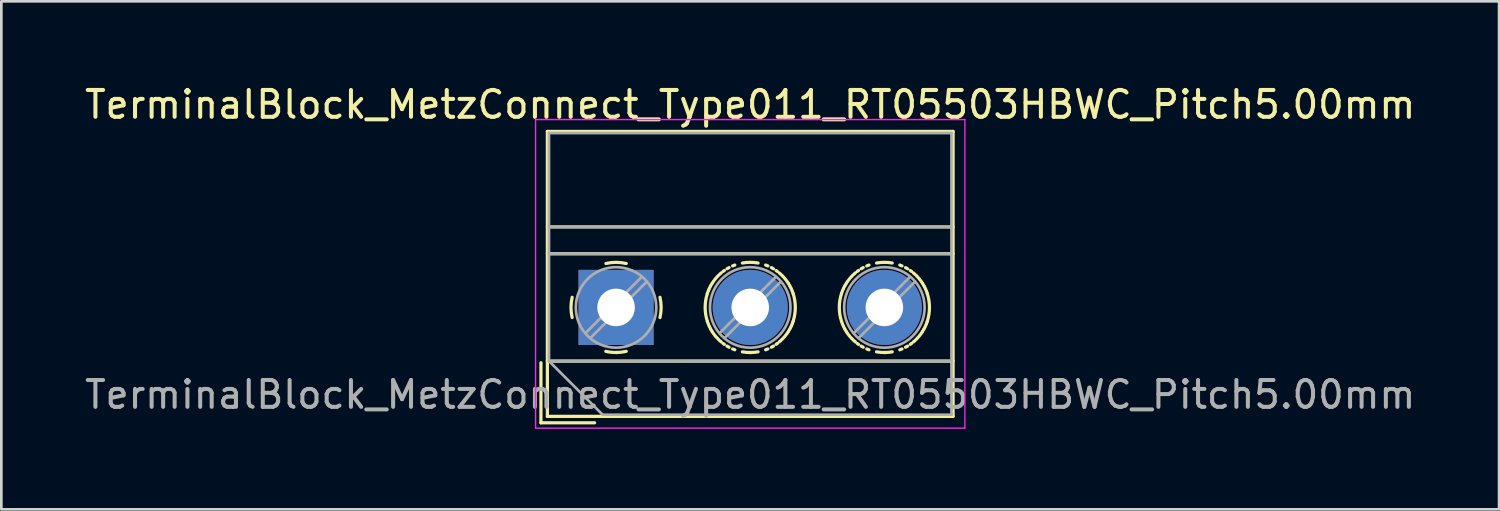
<source format=kicad_pcb>
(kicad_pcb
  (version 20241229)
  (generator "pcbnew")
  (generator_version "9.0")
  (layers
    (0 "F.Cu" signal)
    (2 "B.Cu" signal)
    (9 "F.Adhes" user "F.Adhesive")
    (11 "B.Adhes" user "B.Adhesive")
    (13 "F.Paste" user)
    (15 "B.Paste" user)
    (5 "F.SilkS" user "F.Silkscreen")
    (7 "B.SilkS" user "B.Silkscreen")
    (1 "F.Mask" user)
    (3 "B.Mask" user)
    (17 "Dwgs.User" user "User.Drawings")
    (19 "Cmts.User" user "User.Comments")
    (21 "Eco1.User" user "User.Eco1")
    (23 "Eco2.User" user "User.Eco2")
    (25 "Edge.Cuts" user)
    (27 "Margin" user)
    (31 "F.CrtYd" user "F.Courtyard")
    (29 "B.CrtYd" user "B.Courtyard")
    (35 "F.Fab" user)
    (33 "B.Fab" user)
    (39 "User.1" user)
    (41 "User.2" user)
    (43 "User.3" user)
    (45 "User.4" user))
  (footprint "TerminalBlock_MetzConnect_Type011_RT05503HBWC_Pitch5.00mm"
    (layer "F.Cu")
    (at 19.911 8.408)
    (property "Reference" "TerminalBlock_MetzConnect_Type011_RT05503HBWC_Pitch5.00mm" (at 5 -7.56 0) (layer "F.SilkS") (effects (font (size 1 1) (thickness 0.15))))
    (attr through_hole)
    (fp_line (start -2.8 2.06) (end -2.8 4.3) (stroke (width 0.12) (type solid)) (layer "F.SilkS"))
    (fp_line (start -2.8 4.3) (end -0.8 4.3) (stroke (width 0.12) (type solid)) (layer "F.SilkS"))
    (fp_line (start -2.56 -6.56) (end -2.56 4.06) (stroke (width 0.12) (type solid)) (layer "F.SilkS"))
    (fp_line (start -2.56 -3) (end 12.56 -3) (stroke (width 0.12) (type solid)) (layer "F.SilkS"))
    (fp_line (start -2.56 -2) (end 12.56 -2) (stroke (width 0.12) (type solid)) (layer "F.SilkS"))
    (fp_line (start -2.56 2) (end 12.56 2) (stroke (width 0.12) (type solid)) (layer "F.SilkS"))
    (fp_line (start -2.56 4.06) (end 12.56 4.06) (stroke (width 0.12) (type solid)) (layer "F.SilkS"))
    (fp_line (start 12.56 -6.56) (end -2.56 -6.56) (stroke (width 0.12) (type solid)) (layer "F.SilkS"))
    (fp_line (start 12.56 4.06) (end 12.56 -6.56) (stroke (width 0.12) (type solid)) (layer "F.SilkS"))
    (fp_arc (start -1.637469 0.376971) (mid -1.680301 -0.001041) (end -1.637 -0.379) (stroke (width 0.12) (type solid)) (layer "F.SilkS"))
    (fp_arc (start -0.376971 -1.637469) (mid 0.001041 -1.680301) (end 0.379 -1.637) (stroke (width 0.12) (type solid)) (layer "F.SilkS"))
    (fp_arc (start 0.028284 1.680063) (mid -0.176675 1.670987) (end -0.379 1.637) (stroke (width 0.12) (type solid)) (layer "F.SilkS"))
    (fp_arc (start 0.377918 1.636942) (mid 0.190182 1.669201) (end 0 1.68) (stroke (width 0.12) (type solid)) (layer "F.SilkS"))
    (fp_arc (start 1.63703 -0.377869) (mid 1.680075 0.000067) (end 1.637 0.378) (stroke (width 0.12) (type solid)) (layer "F.SilkS"))
    (fp_arc (start 3.402352 0.518004) (mid 3.320474 -0.001049) (end 3.403 -0.52) (stroke (width 0.12) (type solid)) (layer "F.SilkS"))
    (fp_arc (start 3.40259 -0.520111) (mid 3.416752 -0.561748) (end 3.432 -0.603) (stroke (width 0.12) (type solid)) (layer "F.SilkS"))
    (fp_arc (start 3.432351 0.601869) (mid 3.417133 0.560627) (end 3.403 0.519) (stroke (width 0.12) (type solid)) (layer "F.SilkS"))
    (fp_arc (start 3.443063 -0.630047) (mid 3.454296 -0.657124) (end 3.466 -0.684) (stroke (width 0.12) (type solid)) (layer "F.SilkS"))
    (fp_arc (start 3.465935 0.683955) (mid 3.454232 0.657078) (end 3.443 0.63) (stroke (width 0.12) (type solid)) (layer "F.SilkS"))
    (fp_arc (start 3.477739 -0.710304) (mid 3.496854 -0.749909) (end 3.517 -0.789) (stroke (width 0.12) (type solid)) (layer "F.SilkS"))
    (fp_arc (start 3.517244 0.788682) (mid 3.497107 0.749598) (end 3.478 0.71) (stroke (width 0.12) (type solid)) (layer "F.SilkS"))
    (fp_arc (start 3.53132 -0.815253) (mid 3.553164 -0.853419) (end 3.576 -0.891) (stroke (width 0.12) (type solid)) (layer "F.SilkS"))
    (fp_arc (start 3.575667 0.890765) (mid 3.552837 0.853175) (end 3.531 0.815) (stroke (width 0.12) (type solid)) (layer "F.SilkS"))
    (fp_arc (start 3.591155 -0.915521) (mid 3.615603 -0.952087) (end 3.641 -0.988) (stroke (width 0.12) (type solid)) (layer "F.SilkS"))
    (fp_arc (start 3.640818 0.987487) (mid 3.615435 0.95157) (end 3.591 0.915) (stroke (width 0.12) (type solid)) (layer "F.SilkS"))
    (fp_arc (start 3.677057 -1.035461) (mid 3.69533 -1.058392) (end 3.714 -1.081) (stroke (width 0.12) (type solid)) (layer "F.SilkS"))
    (fp_arc (start 3.712928 1.080576) (mid 3.694265 1.057949) (end 3.676 1.035) (stroke (width 0.12) (type solid)) (layer "F.SilkS"))
    (fp_arc (start 3.752399 -1.125248) (mid 3.782282 -1.157521) (end 3.813 -1.189) (stroke (width 0.12) (type solid)) (layer "F.SilkS"))
    (fp_arc (start 3.812536 1.187775) (mid 3.781851 1.156284) (end 3.752 1.124) (stroke (width 0.12) (type solid)) (layer "F.SilkS"))
    (fp_arc (start 3.85507 -1.229764) (mid 3.887654 -1.259313) (end 3.921 -1.288) (stroke (width 0.12) (type solid)) (layer "F.SilkS"))
    (fp_arc (start 3.92089 1.28724) (mid 3.887564 1.258551) (end 3.855 1.229) (stroke (width 0.12) (type solid)) (layer "F.SilkS"))
    (fp_arc (start 3.98953 -1.342553) (mid 4.013115 -1.359984) (end 4.037 -1.377) (stroke (width 0.12) (type solid)) (layer "F.SilkS"))
    (fp_arc (start 4.036451 1.376466) (mid 4.012575 1.35944) (end 3.989 1.342) (stroke (width 0.12) (type solid)) (layer "F.SilkS"))
    (fp_arc (start 4.135413 -1.440725) (mid 4.173423 -1.462864) (end 4.212 -1.484) (stroke (width 0.12) (type solid)) (layer "F.SilkS"))
    (fp_arc (start 4.211549 1.483297) (mid 4.172991 1.46215) (end 4.135 1.44) (stroke (width 0.12) (type solid)) (layer "F.SilkS"))
    (fp_arc (start 4.344148 -1.546795) (mid 4.384863 -1.563433) (end 4.426 -1.579) (stroke (width 0.12) (type solid)) (layer "F.SilkS"))
    (fp_arc (start 4.425863 1.579212) (mid 4.384721 1.563642) (end 4.344 1.547) (stroke (width 0.12) (type solid)) (layer "F.SilkS"))
    (fp_arc (start 4.708347 -1.655061) (mid 5.000176 -1.680562) (end 5.292 -1.655) (stroke (width 0.12) (type solid)) (layer "F.SilkS"))
    (fp_arc (start 5.029154 1.680309) (mid 4.867969 1.675367) (end 4.708 1.655) (stroke (width 0.12) (type solid)) (layer "F.SilkS"))
    (fp_arc (start 5.291729 1.654477) (mid 5.146422 1.673607) (end 5 1.68) (stroke (width 0.12) (type solid)) (layer "F.SilkS"))
    (fp_arc (start 5.575136 -1.579265) (mid 5.616279 -1.563669) (end 5.657 -1.547) (stroke (width 0.12) (type solid)) (layer "F.SilkS"))
    (fp_arc (start 5.65685 1.546743) (mid 5.616136 1.563407) (end 5.575 1.579) (stroke (width 0.12) (type solid)) (layer "F.SilkS"))
    (fp_arc (start 5.789449 -1.483349) (mid 5.828008 -1.462175) (end 5.866 -1.44) (stroke (width 0.12) (type solid)) (layer "F.SilkS"))
    (fp_arc (start 5.865585 1.440673) (mid 5.827576 1.462838) (end 5.789 1.484) (stroke (width 0.12) (type solid)) (layer "F.SilkS"))
    (fp_arc (start 5.964548 -1.376501) (mid 5.988425 -1.359458) (end 6.012 -1.342) (stroke (width 0.12) (type solid)) (layer "F.SilkS"))
    (fp_arc (start 6.011469 1.342518) (mid 5.987885 1.359966) (end 5.964 1.377) (stroke (width 0.12) (type solid)) (layer "F.SilkS"))
    (fp_arc (start 6.080109 -1.287293) (mid 6.113436 -1.258578) (end 6.146 -1.229) (stroke (width 0.12) (type solid)) (layer "F.SilkS"))
    (fp_arc (start 6.145876 1.228713) (mid 6.113319 1.258288) (end 6.08 1.287) (stroke (width 0.12) (type solid)) (layer "F.SilkS"))
    (fp_arc (start 6.18841 -1.188826) (mid 6.219123 -1.15731) (end 6.249 -1.125) (stroke (width 0.12) (type solid)) (layer "F.SilkS"))
    (fp_arc (start 6.248547 1.124197) (mid 6.218691 1.156495) (end 6.188 1.188) (stroke (width 0.12) (type solid)) (layer "F.SilkS"))
    (fp_arc (start 6.287072 -1.080576) (mid 6.305735 -1.057949) (end 6.324 -1.035) (stroke (width 0.12) (type solid)) (layer "F.SilkS"))
    (fp_arc (start 6.323907 1.034426) (mid 6.305652 1.057374) (end 6.287 1.08) (stroke (width 0.12) (type solid)) (layer "F.SilkS"))
    (fp_arc (start 6.36018 -0.98754) (mid 6.385565 -0.951596) (end 6.41 -0.915) (stroke (width 0.12) (type solid)) (layer "F.SilkS"))
    (fp_arc (start 6.409844 0.915469) (mid 6.385397 0.952061) (end 6.36 0.988) (stroke (width 0.12) (type solid)) (layer "F.SilkS"))
    (fp_arc (start 6.425332 -0.890817) (mid 6.448162 -0.853201) (end 6.47 -0.815) (stroke (width 0.12) (type solid)) (layer "F.SilkS"))
    (fp_arc (start 6.469678 0.8152) (mid 6.447835 0.853392) (end 6.425 0.891) (stroke (width 0.12) (type solid)) (layer "F.SilkS"))
    (fp_arc (start 6.483754 -0.788735) (mid 6.503892 -0.749624) (end 6.523 -0.71) (stroke (width 0.12) (type solid)) (layer "F.SilkS"))
    (fp_arc (start 6.523259 0.710252) (mid 6.504145 0.749883) (end 6.484 0.789) (stroke (width 0.12) (type solid)) (layer "F.SilkS"))
    (fp_arc (start 6.535064 -0.68399) (mid 6.546768 -0.657095) (end 6.558 -0.63) (stroke (width 0.12) (type solid)) (layer "F.SilkS"))
    (fp_arc (start 6.557936 0.630013) (mid 6.546704 0.657107) (end 6.535 0.684) (stroke (width 0.12) (type solid)) (layer "F.SilkS"))
    (fp_arc (start 6.568595 -0.60292) (mid 6.58384 -0.561652) (end 6.598 -0.52) (stroke (width 0.12) (type solid)) (layer "F.SilkS"))
    (fp_arc (start 6.598408 0.520058) (mid 6.584247 0.561721) (end 6.569 0.603) (stroke (width 0.12) (type solid)) (layer "F.SilkS"))
    (fp_arc (start 6.598457 -0.518592) (mid 6.680477 0.00074) (end 6.598 0.52) (stroke (width 0.12) (type solid)) (layer "F.SilkS"))
    (fp_arc (start 8.402352 0.518004) (mid 8.320474 -0.001049) (end 8.403 -0.52) (stroke (width 0.12) (type solid)) (layer "F.SilkS"))
    (fp_arc (start 8.40259 -0.520111) (mid 8.416752 -0.561748) (end 8.432 -0.603) (stroke (width 0.12) (type solid)) (layer "F.SilkS"))
    (fp_arc (start 8.432351 0.601869) (mid 8.417133 0.560627) (end 8.403 0.519) (stroke (width 0.12) (type solid)) (layer "F.SilkS"))
    (fp_arc (start 8.443063 -0.630047) (mid 8.454296 -0.657124) (end 8.466 -0.684) (stroke (width 0.12) (type solid)) (layer "F.SilkS"))
    (fp_arc (start 8.465935 0.683955) (mid 8.454232 0.657078) (end 8.443 0.63) (stroke (width 0.12) (type solid)) (layer "F.SilkS"))
    (fp_arc (start 8.477739 -0.710304) (mid 8.496854 -0.749909) (end 8.517 -0.789) (stroke (width 0.12) (type solid)) (layer "F.SilkS"))
    (fp_arc (start 8.517244 0.788682) (mid 8.497107 0.749598) (end 8.478 0.71) (stroke (width 0.12) (type solid)) (layer "F.SilkS"))
    (fp_arc (start 8.53132 -0.815253) (mid 8.553164 -0.853419) (end 8.576 -0.891) (stroke (width 0.12) (type solid)) (layer "F.SilkS"))
    (fp_arc (start 8.575667 0.890765) (mid 8.552837 0.853175) (end 8.531 0.815) (stroke (width 0.12) (type solid)) (layer "F.SilkS"))
    (fp_arc (start 8.591155 -0.915521) (mid 8.615603 -0.952087) (end 8.641 -0.988) (stroke (width 0.12) (type solid)) (layer "F.SilkS"))
    (fp_arc (start 8.640818 0.987487) (mid 8.615435 0.95157) (end 8.591 0.915) (stroke (width 0.12) (type solid)) (layer "F.SilkS"))
    (fp_arc (start 8.677057 -1.035461) (mid 8.69533 -1.058392) (end 8.714 -1.081) (stroke (width 0.12) (type solid)) (layer "F.SilkS"))
    (fp_arc (start 8.712928 1.080576) (mid 8.694265 1.057949) (end 8.676 1.035) (stroke (width 0.12) (type solid)) (layer "F.SilkS"))
    (fp_arc (start 8.752399 -1.125248) (mid 8.782282 -1.157521) (end 8.813 -1.189) (stroke (width 0.12) (type solid)) (layer "F.SilkS"))
    (fp_arc (start 8.812536 1.187775) (mid 8.781851 1.156284) (end 8.752 1.124) (stroke (width 0.12) (type solid)) (layer "F.SilkS"))
    (fp_arc (start 8.85507 -1.229764) (mid 8.887654 -1.259313) (end 8.921 -1.288) (stroke (width 0.12) (type solid)) (layer "F.SilkS"))
    (fp_arc (start 8.92089 1.28724) (mid 8.887564 1.258551) (end 8.855 1.229) (stroke (width 0.12) (type solid)) (layer "F.SilkS"))
    (fp_arc (start 8.98953 -1.342553) (mid 9.013115 -1.359984) (end 9.037 -1.377) (stroke (width 0.12) (type solid)) (layer "F.SilkS"))
    (fp_arc (start 9.036451 1.376466) (mid 9.012575 1.35944) (end 8.989 1.342) (stroke (width 0.12) (type solid)) (layer "F.SilkS"))
    (fp_arc (start 9.135413 -1.440725) (mid 9.173423 -1.462864) (end 9.212 -1.484) (stroke (width 0.12) (type solid)) (layer "F.SilkS"))
    (fp_arc (start 9.211549 1.483297) (mid 9.172991 1.46215) (end 9.135 1.44) (stroke (width 0.12) (type solid)) (layer "F.SilkS"))
    (fp_arc (start 9.344148 -1.546795) (mid 9.384863 -1.563433) (end 9.426 -1.579) (stroke (width 0.12) (type solid)) (layer "F.SilkS"))
    (fp_arc (start 9.425863 1.579212) (mid 9.384721 1.563642) (end 9.344 1.547) (stroke (width 0.12) (type solid)) (layer "F.SilkS"))
    (fp_arc (start 9.708347 -1.655061) (mid 10.000176 -1.680562) (end 10.292 -1.655) (stroke (width 0.12) (type solid)) (layer "F.SilkS"))
    (fp_arc (start 10.029154 1.680309) (mid 9.867969 1.675367) (end 9.708 1.655) (stroke (width 0.12) (type solid)) (layer "F.SilkS"))
    (fp_arc (start 10.291729 1.654477) (mid 10.146422 1.673607) (end 10 1.68) (stroke (width 0.12) (type solid)) (layer "F.SilkS"))
    (fp_arc (start 10.575136 -1.579265) (mid 10.616279 -1.563669) (end 10.657 -1.547) (stroke (width 0.12) (type solid)) (layer "F.SilkS"))
    (fp_arc (start 10.65685 1.546743) (mid 10.616136 1.563407) (end 10.575 1.579) (stroke (width 0.12) (type solid)) (layer "F.SilkS"))
    (fp_arc (start 10.789449 -1.483349) (mid 10.828008 -1.462175) (end 10.866 -1.44) (stroke (width 0.12) (type solid)) (layer "F.SilkS"))
    (fp_arc (start 10.865585 1.440673) (mid 10.827576 1.462838) (end 10.789 1.484) (stroke (width 0.12) (type solid)) (layer "F.SilkS"))
    (fp_arc (start 10.964548 -1.376501) (mid 10.988425 -1.359458) (end 11.012 -1.342) (stroke (width 0.12) (type solid)) (layer "F.SilkS"))
    (fp_arc (start 11.011469 1.342518) (mid 10.987885 1.359966) (end 10.964 1.377) (stroke (width 0.12) (type solid)) (layer "F.SilkS"))
    (fp_arc (start 11.080109 -1.287293) (mid 11.113436 -1.258578) (end 11.146 -1.229) (stroke (width 0.12) (type solid)) (layer "F.SilkS"))
    (fp_arc (start 11.145876 1.228713) (mid 11.113319 1.258288) (end 11.08 1.287) (stroke (width 0.12) (type solid)) (layer "F.SilkS"))
    (fp_arc (start 11.18841 -1.188826) (mid 11.219123 -1.15731) (end 11.249 -1.125) (stroke (width 0.12) (type solid)) (layer "F.SilkS"))
    (fp_arc (start 11.248547 1.124197) (mid 11.218691 1.156495) (end 11.188 1.188) (stroke (width 0.12) (type solid)) (layer "F.SilkS"))
    (fp_arc (start 11.287072 -1.080576) (mid 11.305735 -1.057949) (end 11.324 -1.035) (stroke (width 0.12) (type solid)) (layer "F.SilkS"))
    (fp_arc (start 11.323907 1.034426) (mid 11.305652 1.057374) (end 11.287 1.08) (stroke (width 0.12) (type solid)) (layer "F.SilkS"))
    (fp_arc (start 11.36018 -0.98754) (mid 11.385565 -0.951596) (end 11.41 -0.915) (stroke (width 0.12) (type solid)) (layer "F.SilkS"))
    (fp_arc (start 11.409844 0.915469) (mid 11.385397 0.952061) (end 11.36 0.988) (stroke (width 0.12) (type solid)) (layer "F.SilkS"))
    (fp_arc (start 11.425332 -0.890817) (mid 11.448162 -0.853201) (end 11.47 -0.815) (stroke (width 0.12) (type solid)) (layer "F.SilkS"))
    (fp_arc (start 11.469678 0.8152) (mid 11.447835 0.853392) (end 11.425 0.891) (stroke (width 0.12) (type solid)) (layer "F.SilkS"))
    (fp_arc (start 11.483754 -0.788735) (mid 11.503892 -0.749624) (end 11.523 -0.71) (stroke (width 0.12) (type solid)) (layer "F.SilkS"))
    (fp_arc (start 11.523259 0.710252) (mid 11.504145 0.749883) (end 11.484 0.789) (stroke (width 0.12) (type solid)) (layer "F.SilkS"))
    (fp_arc (start 11.535064 -0.68399) (mid 11.546768 -0.657095) (end 11.558 -0.63) (stroke (width 0.12) (type solid)) (layer "F.SilkS"))
    (fp_arc (start 11.557936 0.630013) (mid 11.546704 0.657107) (end 11.535 0.684) (stroke (width 0.12) (type solid)) (layer "F.SilkS"))
    (fp_arc (start 11.568595 -0.60292) (mid 11.58384 -0.561652) (end 11.598 -0.52) (stroke (width 0.12) (type solid)) (layer "F.SilkS"))
    (fp_arc (start 11.598408 0.520058) (mid 11.584247 0.561721) (end 11.569 0.603) (stroke (width 0.12) (type solid)) (layer "F.SilkS"))
    (fp_arc (start 11.598457 -0.518592) (mid 11.680477 0.00074) (end 11.598 0.52) (stroke (width 0.12) (type solid)) (layer "F.SilkS"))
    (fp_line (start -3 -7) (end -3 4.5) (stroke (width 0.05) (type solid)) (layer "F.CrtYd"))
    (fp_line (start -3 4.5) (end 13 4.5) (stroke (width 0.05) (type solid)) (layer "F.CrtYd"))
    (fp_line (start 13 -7) (end -3 -7) (stroke (width 0.05) (type solid)) (layer "F.CrtYd"))
    (fp_line (start 13 4.5) (end 13 -7) (stroke (width 0.05) (type solid)) (layer "F.CrtYd"))
    (fp_line (start -2.5 -6.5) (end 12.5 -6.5) (stroke (width 0.1) (type solid)) (layer "F.Fab"))
    (fp_line (start -2.5 -3) (end 12.5 -3) (stroke (width 0.1) (type solid)) (layer "F.Fab"))
    (fp_line (start -2.5 -2) (end 12.5 -2) (stroke (width 0.1) (type solid)) (layer "F.Fab"))
    (fp_line (start -2.5 2) (end -2.5 -6.5) (stroke (width 0.1) (type solid)) (layer "F.Fab"))
    (fp_line (start -2.5 2) (end 12.5 2) (stroke (width 0.1) (type solid)) (layer "F.Fab"))
    (fp_line (start -0.5 4) (end -2.5 2) (stroke (width 0.1) (type solid)) (layer "F.Fab"))
    (fp_line (start 0.955 -1.138) (end -1.138 0.955) (stroke (width 0.1) (type solid)) (layer "F.Fab"))
    (fp_line (start 1.138 -0.955) (end -0.955 1.138) (stroke (width 0.1) (type solid)) (layer "F.Fab"))
    (fp_line (start 5.955 -1.138) (end 3.863 0.955) (stroke (width 0.1) (type solid)) (layer "F.Fab"))
    (fp_line (start 6.138 -0.955) (end 4.046 1.138) (stroke (width 0.1) (type solid)) (layer "F.Fab"))
    (fp_line (start 10.955 -1.138) (end 8.863 0.955) (stroke (width 0.1) (type solid)) (layer "F.Fab"))
    (fp_line (start 11.138 -0.955) (end 9.046 1.138) (stroke (width 0.1) (type solid)) (layer "F.Fab"))
    (fp_line (start 12.5 -6.5) (end 12.5 4) (stroke (width 0.1) (type solid)) (layer "F.Fab"))
    (fp_line (start 12.5 4) (end -0.5 4) (stroke (width 0.1) (type solid)) (layer "F.Fab"))
    (fp_circle (center 0 0) (end 1.5 0) (stroke (width 0.1) (type solid)) (fill no) (layer "F.Fab"))
    (fp_circle (center 5 0) (end 6.5 0) (stroke (width 0.1) (type solid)) (fill no) (layer "F.Fab"))
    (fp_circle (center 10 0) (end 11.5 0) (stroke (width 0.1) (type solid)) (fill no) (layer "F.Fab"))
    (fp_text user "${REFERENCE}" (at 5 3.25 0) (layer "F.Fab") (effects (font (size 1 1) (thickness 0.15))))
    (pad "1" thru_hole rect (at 0 0) (size 2.8 2.8) (drill 1.4) (layers "*.Cu" "*.Mask"))
    (pad "2" thru_hole circle (at 5 0) (size 2.8 2.8) (drill 1.4) (layers "*.Cu" "*.Mask"))
    (pad "3" thru_hole circle (at 10 0) (size 2.8 2.8) (drill 1.4) (layers "*.Cu" "*.Mask")))
  (gr_rect
    (start -3 -3)
    (end 52.821 15.933)
    (stroke (width 0.1) (type default))
    (fill no)
    (layer "Edge.Cuts")))
</source>
